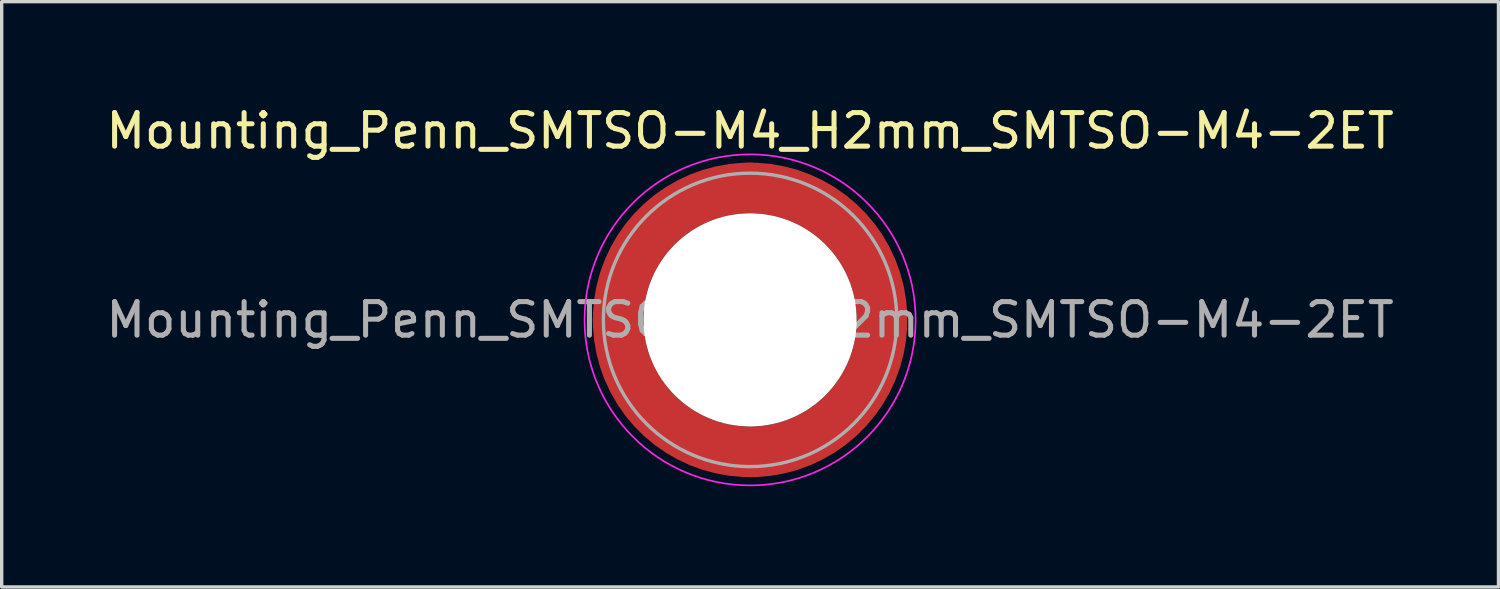
<source format=kicad_pcb>
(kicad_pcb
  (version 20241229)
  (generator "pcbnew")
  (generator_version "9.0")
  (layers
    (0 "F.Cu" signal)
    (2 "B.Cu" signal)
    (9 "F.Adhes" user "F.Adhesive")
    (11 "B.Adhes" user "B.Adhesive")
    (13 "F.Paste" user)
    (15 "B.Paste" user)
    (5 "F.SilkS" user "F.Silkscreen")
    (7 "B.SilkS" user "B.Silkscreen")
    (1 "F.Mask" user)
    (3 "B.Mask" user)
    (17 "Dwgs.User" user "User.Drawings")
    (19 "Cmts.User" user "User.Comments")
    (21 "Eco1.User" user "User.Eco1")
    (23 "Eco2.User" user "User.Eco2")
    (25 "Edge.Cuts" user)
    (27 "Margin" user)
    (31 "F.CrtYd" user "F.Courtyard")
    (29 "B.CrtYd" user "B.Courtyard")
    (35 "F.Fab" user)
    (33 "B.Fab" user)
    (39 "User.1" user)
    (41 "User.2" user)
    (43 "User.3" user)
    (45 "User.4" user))
  (footprint "Mounting_Penn_SMTSO-M4_H2mm_SMTSO-M4-2ET"
    (layer "F.Cu")
    (at 19.292 6.478)
    (property "Reference" "Mounting_Penn_SMTSO-M4_H2mm_SMTSO-M4-2ET" (at 0 -5.63 0) (layer "F.SilkS") (effects (font (size 1 1) (thickness 0.15))))
    (attr smd)
    (fp_circle (center 0 0) (end 4.93 0) (stroke (width 0.05) (type solid)) (fill no) (layer "F.CrtYd"))
    (fp_circle (center 0 0) (end 4.37 0) (stroke (width 0.1) (type solid)) (fill no) (layer "F.Fab"))
    (fp_text user "${REFERENCE}" (at 0 0 0) (layer "F.Fab") (effects (font (size 1 1) (thickness 0.15))))
    (pad "" smd custom (at -2.779 -2.779) (size 0.655 0.655) (layers "F.Paste") (options (anchor circle)) (primitives (gr_arc (start -0.582711 2.47893) (mid 0.392444 0.392444) (end 2.47893 -0.582711) (width 0.2)) (gr_arc (start -0.675568 2.47893) (mid 0.327037 0.327037) (end 2.47893 -0.675568) (width 0.2)) (gr_arc (start -0.768407 2.47893) (mid 0.26163 0.26163) (end 2.47893 -0.768407) (width 0.2)) (gr_arc (start -0.861229 2.47893) (mid 0.196222 0.196222) (end 2.47893 -0.861229) (width 0.2)) (gr_arc (start -0.954035 2.47893) (mid 0.130815 0.130815) (end 2.47893 -0.954035) (width 0.2)) (gr_arc (start -1.046826 2.47893) (mid 0.065407 0.065407) (end 2.47893 -1.046826) (width 0.2)) (gr_arc (start -1.139603 2.47893) (mid 0 0) (end 2.47893 -1.139603) (width 0.2)) (gr_arc (start -1.232368 2.47893) (mid -0.065408 -0.065408) (end 2.47893 -1.232368) (width 0.2)) (gr_arc (start -1.32512 2.47893) (mid -0.130815 -0.130815) (end 2.47893 -1.32512) (width 0.2)) (gr_arc (start -1.417862 2.47893) (mid -0.196222 -0.196222) (end 2.47893 -1.417862) (width 0.2)) (gr_arc (start -1.510592 2.47893) (mid -0.261629 -0.261629) (end 2.47893 -1.510592) (width 0.2)) (gr_arc (start -1.603314 2.47893) (mid -0.327037 -0.327037) (end 2.47893 -1.603314) (width 0.2)) (gr_arc (start -1.696026 2.47893) (mid -0.392444 -0.392444) (end 2.47893 -1.696026) (width 0.2)) (gr_arc (start -1.696026 2.47893) (mid -0.392444 -0.392444) (end 2.47893 -1.696026) (width 0.2)) (gr_line (start 2.479 -0.583) (end 2.479 -1.696) (width 0.2)) (gr_line (start -0.583 2.479) (end -1.696 2.479) (width 0.2))))
    (pad "" smd custom (at -2.779 2.779) (size 0.655 0.655) (layers "F.Paste") (options (anchor circle)) (primitives (gr_arc (start 2.47893 0.582711) (mid 0.392444 -0.392444) (end -0.582711 -2.47893) (width 0.2)) (gr_arc (start 2.47893 0.675568) (mid 0.327037 -0.327037) (end -0.675568 -2.47893) (width 0.2)) (gr_arc (start 2.47893 0.768407) (mid 0.26163 -0.26163) (end -0.768407 -2.47893) (width 0.2)) (gr_arc (start 2.47893 0.861229) (mid 0.196222 -0.196222) (end -0.861229 -2.47893) (width 0.2)) (gr_arc (start 2.47893 0.954035) (mid 0.130815 -0.130815) (end -0.954035 -2.47893) (width 0.2)) (gr_arc (start 2.47893 1.046826) (mid 0.065407 -0.065407) (end -1.046826 -2.47893) (width 0.2)) (gr_arc (start 2.47893 1.139603) (mid 0 0) (end -1.139603 -2.47893) (width 0.2)) (gr_arc (start 2.47893 1.232368) (mid -0.065408 0.065408) (end -1.232368 -2.47893) (width 0.2)) (gr_arc (start 2.47893 1.32512) (mid -0.130815 0.130815) (end -1.32512 -2.47893) (width 0.2)) (gr_arc (start 2.47893 1.417862) (mid -0.196222 0.196222) (end -1.417862 -2.47893) (width 0.2)) (gr_arc (start 2.47893 1.510592) (mid -0.261629 0.261629) (end -1.510592 -2.47893) (width 0.2)) (gr_arc (start 2.47893 1.603314) (mid -0.327037 0.327037) (end -1.603314 -2.47893) (width 0.2)) (gr_arc (start 2.47893 1.696026) (mid -0.392444 0.392444) (end -1.696026 -2.47893) (width 0.2)) (gr_arc (start 2.47893 1.696026) (mid -0.392444 0.392444) (end -1.696026 -2.47893) (width 0.2)) (gr_line (start -0.583 -2.479) (end -1.696 -2.479) (width 0.2)) (gr_line (start 2.479 0.583) (end 2.479 1.696) (width 0.2))))
    (pad "" np_thru_hole circle (at 0 0) (size 6.35 6.35) (drill 6.35) (layers "*.Cu" "*.Mask"))
    (pad "" smd custom (at 2.779 -2.779) (size 0.655 0.655) (layers "F.Paste") (options (anchor circle)) (primitives (gr_arc (start -2.47893 -0.582711) (mid -0.392444 0.392444) (end 0.582711 2.47893) (width 0.2)) (gr_arc (start -2.47893 -0.675568) (mid -0.327037 0.327037) (end 0.675568 2.47893) (width 0.2)) (gr_arc (start -2.47893 -0.768407) (mid -0.26163 0.26163) (end 0.768407 2.47893) (width 0.2)) (gr_arc (start -2.47893 -0.861229) (mid -0.196222 0.196222) (end 0.861229 2.47893) (width 0.2)) (gr_arc (start -2.47893 -0.954035) (mid -0.130815 0.130815) (end 0.954035 2.47893) (width 0.2)) (gr_arc (start -2.47893 -1.046826) (mid -0.065407 0.065407) (end 1.046826 2.47893) (width 0.2)) (gr_arc (start -2.47893 -1.139603) (mid 0 0) (end 1.139603 2.47893) (width 0.2)) (gr_arc (start -2.47893 -1.232368) (mid 0.065408 -0.065408) (end 1.232368 2.47893) (width 0.2)) (gr_arc (start -2.47893 -1.32512) (mid 0.130815 -0.130815) (end 1.32512 2.47893) (width 0.2)) (gr_arc (start -2.47893 -1.417862) (mid 0.196222 -0.196222) (end 1.417862 2.47893) (width 0.2)) (gr_arc (start -2.47893 -1.510592) (mid 0.261629 -0.261629) (end 1.510592 2.47893) (width 0.2)) (gr_arc (start -2.47893 -1.603314) (mid 0.327037 -0.327037) (end 1.603314 2.47893) (width 0.2)) (gr_arc (start -2.47893 -1.696026) (mid 0.392444 -0.392444) (end 1.696026 2.47893) (width 0.2)) (gr_arc (start -2.47893 -1.696026) (mid 0.392444 -0.392444) (end 1.696026 2.47893) (width 0.2)) (gr_line (start 0.583 2.479) (end 1.696 2.479) (width 0.2)) (gr_line (start -2.479 -0.583) (end -2.479 -1.696) (width 0.2))))
    (pad "" smd custom (at 2.779 2.779) (size 0.655 0.655) (layers "F.Paste") (options (anchor circle)) (primitives (gr_arc (start 0.582711 -2.47893) (mid -0.392444 -0.392444) (end -2.47893 0.582711) (width 0.2)) (gr_arc (start 0.675568 -2.47893) (mid -0.327037 -0.327037) (end -2.47893 0.675568) (width 0.2)) (gr_arc (start 0.768407 -2.47893) (mid -0.26163 -0.26163) (end -2.47893 0.768407) (width 0.2)) (gr_arc (start 0.861229 -2.47893) (mid -0.196222 -0.196222) (end -2.47893 0.861229) (width 0.2)) (gr_arc (start 0.954035 -2.47893) (mid -0.130815 -0.130815) (end -2.47893 0.954035) (width 0.2)) (gr_arc (start 1.046826 -2.47893) (mid -0.065407 -0.065407) (end -2.47893 1.046826) (width 0.2)) (gr_arc (start 1.139603 -2.47893) (mid 0 0) (end -2.47893 1.139603) (width 0.2)) (gr_arc (start 1.232368 -2.47893) (mid 0.065408 0.065408) (end -2.47893 1.232368) (width 0.2)) (gr_arc (start 1.32512 -2.47893) (mid 0.130815 0.130815) (end -2.47893 1.32512) (width 0.2)) (gr_arc (start 1.417862 -2.47893) (mid 0.196222 0.196222) (end -2.47893 1.417862) (width 0.2)) (gr_arc (start 1.510592 -2.47893) (mid 0.261629 0.261629) (end -2.47893 1.510592) (width 0.2)) (gr_arc (start 1.603314 -2.47893) (mid 0.327037 0.327037) (end -2.47893 1.603314) (width 0.2)) (gr_arc (start 1.696026 -2.47893) (mid 0.392444 0.392444) (end -2.47893 1.696026) (width 0.2)) (gr_arc (start 1.696026 -2.47893) (mid 0.392444 0.392444) (end -2.47893 1.696026) (width 0.2)) (gr_line (start -2.479 0.583) (end -2.479 1.696) (width 0.2)) (gr_line (start 0.583 -2.479) (end 1.696 -2.479) (width 0.2))))
    (pad "1" smd circle (at -3.93 0) (size 1.51 1.51) (layers "F.Cu"))
    (pad "1" smd circle (at 0 -3.93) (size 1.51 1.51) (layers "F.Cu"))
    (pad "1" smd circle (at 0 3.93) (size 1.51 1.51) (layers "F.Cu"))
    (pad "1" smd custom (at 3.93 0) (size 1.51 1.51) (layers "F.Cu" "F.Mask") (options (anchor circle)) (primitives (gr_circle (center -3.93 0) (end 0 0) (width 1.51) (fill no)))))
  (gr_rect
    (start -3 -3)
    (end 41.583 14.433)
    (stroke (width 0.1) (type default))
    (fill no)
    (layer "Edge.Cuts")))
</source>
